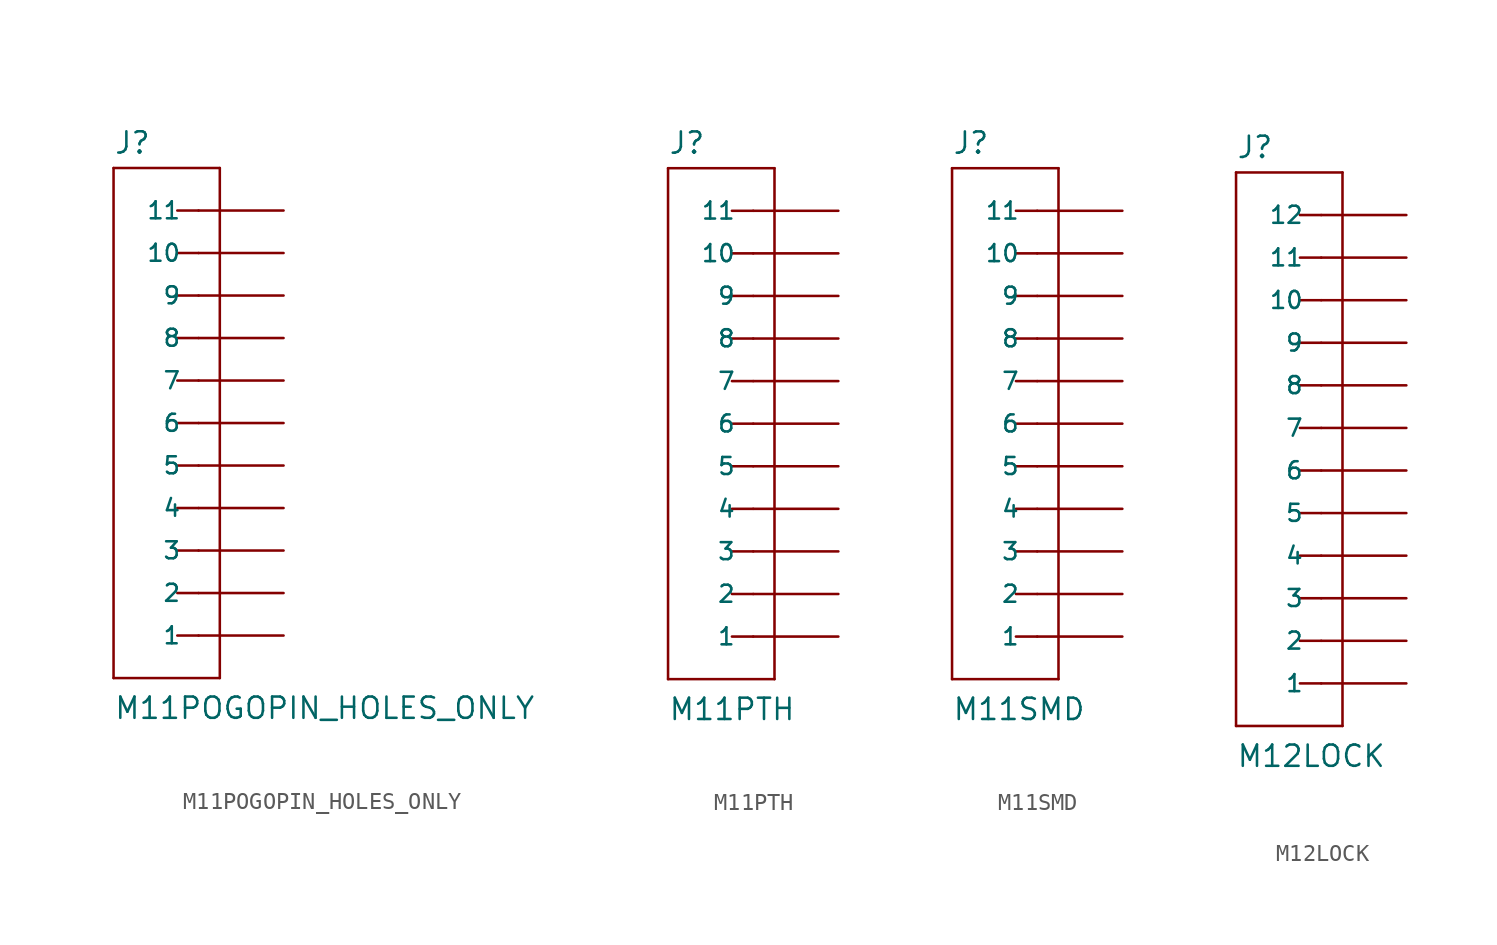
<source format=kicad_sym>
(kicad_symbol_lib
  (version 20211014)
  (generator kicad_symbol_editor)
  (symbol "M11POGOPIN_HOLES_ONLY"
    (pin_numbers hide)
    (pin_names
      (offset 1.016))
    (property "Reference" "J"
      (at 0 16.002 0)
      (effects (font (size 1.27 1.27)) (justify left bottom)))
    (property "Value" "M11POGOPIN_HOLES_ONLY"
      (at 0 -17.78 0)
      (effects (font (size 1.27 1.27)) (justify left bottom)))
    (property "Datasheet" ""
      (at 0 0 0)
      (effects (font (size 1.524 1.524))))
    (property "ki_locked" ""
      (at 0 0 0)
      (effects (font (size 1.27 1.27))))
    (symbol "M11POGOPIN_HOLES_ONLY_1_0"
      (polyline (pts (xy 0 15.24) (xy 0 -15.24)) (stroke (width 0) (type default) (color 0 0 0 0)) (fill (type none)))
      (polyline (pts (xy 0 15.24) (xy 6.35 15.24)) (stroke (width 0) (type default) (color 0 0 0 0)) (fill (type none)))
      (polyline (pts (xy 3.81 -12.7) (xy 5.08 -12.7)) (stroke (width 0) (type default) (color 0 0 0 0)) (fill (type none)))
      (polyline (pts (xy 3.81 -10.16) (xy 5.08 -10.16)) (stroke (width 0) (type default) (color 0 0 0 0)) (fill (type none)))
      (polyline (pts (xy 3.81 -7.62) (xy 5.08 -7.62)) (stroke (width 0) (type default) (color 0 0 0 0)) (fill (type none)))
      (polyline (pts (xy 3.81 -5.08) (xy 5.08 -5.08)) (stroke (width 0) (type default) (color 0 0 0 0)) (fill (type none)))
      (polyline (pts (xy 3.81 -2.54) (xy 5.08 -2.54)) (stroke (width 0) (type default) (color 0 0 0 0)) (fill (type none)))
      (polyline (pts (xy 3.81 0) (xy 5.08 0)) (stroke (width 0) (type default) (color 0 0 0 0)) (fill (type none)))
      (polyline (pts (xy 3.81 2.54) (xy 5.08 2.54)) (stroke (width 0) (type default) (color 0 0 0 0)) (fill (type none)))
      (polyline (pts (xy 3.81 5.08) (xy 5.08 5.08)) (stroke (width 0) (type default) (color 0 0 0 0)) (fill (type none)))
      (polyline (pts (xy 3.81 7.62) (xy 5.08 7.62)) (stroke (width 0) (type default) (color 0 0 0 0)) (fill (type none)))
      (polyline (pts (xy 3.81 10.16) (xy 5.08 10.16)) (stroke (width 0) (type default) (color 0 0 0 0)) (fill (type none)))
      (polyline (pts (xy 3.81 12.7) (xy 5.08 12.7)) (stroke (width 0) (type default) (color 0 0 0 0)) (fill (type none)))
      (polyline (pts (xy 6.35 -15.24) (xy 0 -15.24)) (stroke (width 0) (type default) (color 0 0 0 0)) (fill (type none)))
      (polyline (pts (xy 6.35 -15.24) (xy 6.35 15.24)) (stroke (width 0) (type default) (color 0 0 0 0)) (fill (type none))))
    (symbol "M11POGOPIN_HOLES_ONLY_1_1"
      (pin passive line (at 10.16 -12.7 180) (length 5.08) (name "1" (effects (font (size 1.016 1.016)))) (number "1" (effects (font (size 1.016 1.016)))))
      (pin passive line (at 10.16 10.16 180) (length 5.08) (name "10" (effects (font (size 1.016 1.016)))) (number "10" (effects (font (size 1.016 1.016)))))
      (pin passive line (at 10.16 12.7 180) (length 5.08) (name "11" (effects (font (size 1.016 1.016)))) (number "11" (effects (font (size 1.016 1.016)))))
      (pin passive line (at 10.16 -10.16 180) (length 5.08) (name "2" (effects (font (size 1.016 1.016)))) (number "2" (effects (font (size 1.016 1.016)))))
      (pin passive line (at 10.16 -7.62 180) (length 5.08) (name "3" (effects (font (size 1.016 1.016)))) (number "3" (effects (font (size 1.016 1.016)))))
      (pin passive line (at 10.16 -5.08 180) (length 5.08) (name "4" (effects (font (size 1.016 1.016)))) (number "4" (effects (font (size 1.016 1.016)))))
      (pin passive line (at 10.16 -2.54 180) (length 5.08) (name "5" (effects (font (size 1.016 1.016)))) (number "5" (effects (font (size 1.016 1.016)))))
      (pin passive line (at 10.16 0 180) (length 5.08) (name "6" (effects (font (size 1.016 1.016)))) (number "6" (effects (font (size 1.016 1.016)))))
      (pin passive line (at 10.16 2.54 180) (length 5.08) (name "7" (effects (font (size 1.016 1.016)))) (number "7" (effects (font (size 1.016 1.016)))))
      (pin passive line (at 10.16 5.08 180) (length 5.08) (name "8" (effects (font (size 1.016 1.016)))) (number "8" (effects (font (size 1.016 1.016)))))
      (pin passive line (at 10.16 7.62 180) (length 5.08) (name "9" (effects (font (size 1.016 1.016)))) (number "9" (effects (font (size 1.016 1.016)))))))
  (symbol "M11PTH"
    (pin_numbers hide)
    (pin_names
      (offset 1.016))
    (property "Reference" "J"
      (at 0 16.002 0)
      (effects (font (size 1.27 1.27)) (justify left bottom)))
    (property "Value" "M11PTH"
      (at 0 -17.78 0)
      (effects (font (size 1.27 1.27)) (justify left bottom)))
    (property "Datasheet" ""
      (at 0 0 0)
      (effects (font (size 1.524 1.524))))
    (property "ki_locked" ""
      (at 0 0 0)
      (effects (font (size 1.27 1.27))))
    (symbol "M11PTH_1_0"
      (polyline (pts (xy 0 15.24) (xy 0 -15.24)) (stroke (width 0) (type default) (color 0 0 0 0)) (fill (type none)))
      (polyline (pts (xy 0 15.24) (xy 6.35 15.24)) (stroke (width 0) (type default) (color 0 0 0 0)) (fill (type none)))
      (polyline (pts (xy 3.81 -12.7) (xy 5.08 -12.7)) (stroke (width 0) (type default) (color 0 0 0 0)) (fill (type none)))
      (polyline (pts (xy 3.81 -10.16) (xy 5.08 -10.16)) (stroke (width 0) (type default) (color 0 0 0 0)) (fill (type none)))
      (polyline (pts (xy 3.81 -7.62) (xy 5.08 -7.62)) (stroke (width 0) (type default) (color 0 0 0 0)) (fill (type none)))
      (polyline (pts (xy 3.81 -5.08) (xy 5.08 -5.08)) (stroke (width 0) (type default) (color 0 0 0 0)) (fill (type none)))
      (polyline (pts (xy 3.81 -2.54) (xy 5.08 -2.54)) (stroke (width 0) (type default) (color 0 0 0 0)) (fill (type none)))
      (polyline (pts (xy 3.81 0) (xy 5.08 0)) (stroke (width 0) (type default) (color 0 0 0 0)) (fill (type none)))
      (polyline (pts (xy 3.81 2.54) (xy 5.08 2.54)) (stroke (width 0) (type default) (color 0 0 0 0)) (fill (type none)))
      (polyline (pts (xy 3.81 5.08) (xy 5.08 5.08)) (stroke (width 0) (type default) (color 0 0 0 0)) (fill (type none)))
      (polyline (pts (xy 3.81 7.62) (xy 5.08 7.62)) (stroke (width 0) (type default) (color 0 0 0 0)) (fill (type none)))
      (polyline (pts (xy 3.81 10.16) (xy 5.08 10.16)) (stroke (width 0) (type default) (color 0 0 0 0)) (fill (type none)))
      (polyline (pts (xy 3.81 12.7) (xy 5.08 12.7)) (stroke (width 0) (type default) (color 0 0 0 0)) (fill (type none)))
      (polyline (pts (xy 6.35 -15.24) (xy 0 -15.24)) (stroke (width 0) (type default) (color 0 0 0 0)) (fill (type none)))
      (polyline (pts (xy 6.35 -15.24) (xy 6.35 15.24)) (stroke (width 0) (type default) (color 0 0 0 0)) (fill (type none))))
    (symbol "M11PTH_1_1"
      (pin passive line (at 10.16 -12.7 180) (length 5.08) (name "1" (effects (font (size 1.016 1.016)))) (number "1" (effects (font (size 1.016 1.016)))))
      (pin passive line (at 10.16 10.16 180) (length 5.08) (name "10" (effects (font (size 1.016 1.016)))) (number "10" (effects (font (size 1.016 1.016)))))
      (pin passive line (at 10.16 12.7 180) (length 5.08) (name "11" (effects (font (size 1.016 1.016)))) (number "11" (effects (font (size 1.016 1.016)))))
      (pin passive line (at 10.16 -10.16 180) (length 5.08) (name "2" (effects (font (size 1.016 1.016)))) (number "2" (effects (font (size 1.016 1.016)))))
      (pin passive line (at 10.16 -7.62 180) (length 5.08) (name "3" (effects (font (size 1.016 1.016)))) (number "3" (effects (font (size 1.016 1.016)))))
      (pin passive line (at 10.16 -5.08 180) (length 5.08) (name "4" (effects (font (size 1.016 1.016)))) (number "4" (effects (font (size 1.016 1.016)))))
      (pin passive line (at 10.16 -2.54 180) (length 5.08) (name "5" (effects (font (size 1.016 1.016)))) (number "5" (effects (font (size 1.016 1.016)))))
      (pin passive line (at 10.16 0 180) (length 5.08) (name "6" (effects (font (size 1.016 1.016)))) (number "6" (effects (font (size 1.016 1.016)))))
      (pin passive line (at 10.16 2.54 180) (length 5.08) (name "7" (effects (font (size 1.016 1.016)))) (number "7" (effects (font (size 1.016 1.016)))))
      (pin passive line (at 10.16 5.08 180) (length 5.08) (name "8" (effects (font (size 1.016 1.016)))) (number "8" (effects (font (size 1.016 1.016)))))
      (pin passive line (at 10.16 7.62 180) (length 5.08) (name "9" (effects (font (size 1.016 1.016)))) (number "9" (effects (font (size 1.016 1.016)))))))
  (symbol "M11SMD"
    (pin_numbers hide)
    (pin_names
      (offset 1.016))
    (property "Reference" "J"
      (at 0 16.002 0)
      (effects (font (size 1.27 1.27)) (justify left bottom)))
    (property "Value" "M11SMD"
      (at 0 -17.78 0)
      (effects (font (size 1.27 1.27)) (justify left bottom)))
    (property "Datasheet" ""
      (at 0 0 0)
      (effects (font (size 1.524 1.524))))
    (property "ki_locked" ""
      (at 0 0 0)
      (effects (font (size 1.27 1.27))))
    (symbol "M11SMD_1_0"
      (polyline (pts (xy 0 15.24) (xy 0 -15.24)) (stroke (width 0) (type default) (color 0 0 0 0)) (fill (type none)))
      (polyline (pts (xy 0 15.24) (xy 6.35 15.24)) (stroke (width 0) (type default) (color 0 0 0 0)) (fill (type none)))
      (polyline (pts (xy 3.81 -12.7) (xy 5.08 -12.7)) (stroke (width 0) (type default) (color 0 0 0 0)) (fill (type none)))
      (polyline (pts (xy 3.81 -10.16) (xy 5.08 -10.16)) (stroke (width 0) (type default) (color 0 0 0 0)) (fill (type none)))
      (polyline (pts (xy 3.81 -7.62) (xy 5.08 -7.62)) (stroke (width 0) (type default) (color 0 0 0 0)) (fill (type none)))
      (polyline (pts (xy 3.81 -5.08) (xy 5.08 -5.08)) (stroke (width 0) (type default) (color 0 0 0 0)) (fill (type none)))
      (polyline (pts (xy 3.81 -2.54) (xy 5.08 -2.54)) (stroke (width 0) (type default) (color 0 0 0 0)) (fill (type none)))
      (polyline (pts (xy 3.81 0) (xy 5.08 0)) (stroke (width 0) (type default) (color 0 0 0 0)) (fill (type none)))
      (polyline (pts (xy 3.81 2.54) (xy 5.08 2.54)) (stroke (width 0) (type default) (color 0 0 0 0)) (fill (type none)))
      (polyline (pts (xy 3.81 5.08) (xy 5.08 5.08)) (stroke (width 0) (type default) (color 0 0 0 0)) (fill (type none)))
      (polyline (pts (xy 3.81 7.62) (xy 5.08 7.62)) (stroke (width 0) (type default) (color 0 0 0 0)) (fill (type none)))
      (polyline (pts (xy 3.81 10.16) (xy 5.08 10.16)) (stroke (width 0) (type default) (color 0 0 0 0)) (fill (type none)))
      (polyline (pts (xy 3.81 12.7) (xy 5.08 12.7)) (stroke (width 0) (type default) (color 0 0 0 0)) (fill (type none)))
      (polyline (pts (xy 6.35 -15.24) (xy 0 -15.24)) (stroke (width 0) (type default) (color 0 0 0 0)) (fill (type none)))
      (polyline (pts (xy 6.35 -15.24) (xy 6.35 15.24)) (stroke (width 0) (type default) (color 0 0 0 0)) (fill (type none))))
    (symbol "M11SMD_1_1"
      (pin passive line (at 10.16 -12.7 180) (length 5.08) (name "1" (effects (font (size 1.016 1.016)))) (number "1" (effects (font (size 1.016 1.016)))))
      (pin passive line (at 10.16 10.16 180) (length 5.08) (name "10" (effects (font (size 1.016 1.016)))) (number "10" (effects (font (size 1.016 1.016)))))
      (pin passive line (at 10.16 12.7 180) (length 5.08) (name "11" (effects (font (size 1.016 1.016)))) (number "11" (effects (font (size 1.016 1.016)))))
      (pin passive line (at 10.16 -10.16 180) (length 5.08) (name "2" (effects (font (size 1.016 1.016)))) (number "2" (effects (font (size 1.016 1.016)))))
      (pin passive line (at 10.16 -7.62 180) (length 5.08) (name "3" (effects (font (size 1.016 1.016)))) (number "3" (effects (font (size 1.016 1.016)))))
      (pin passive line (at 10.16 -5.08 180) (length 5.08) (name "4" (effects (font (size 1.016 1.016)))) (number "4" (effects (font (size 1.016 1.016)))))
      (pin passive line (at 10.16 -2.54 180) (length 5.08) (name "5" (effects (font (size 1.016 1.016)))) (number "5" (effects (font (size 1.016 1.016)))))
      (pin passive line (at 10.16 0 180) (length 5.08) (name "6" (effects (font (size 1.016 1.016)))) (number "6" (effects (font (size 1.016 1.016)))))
      (pin passive line (at 10.16 2.54 180) (length 5.08) (name "7" (effects (font (size 1.016 1.016)))) (number "7" (effects (font (size 1.016 1.016)))))
      (pin passive line (at 10.16 5.08 180) (length 5.08) (name "8" (effects (font (size 1.016 1.016)))) (number "8" (effects (font (size 1.016 1.016)))))
      (pin passive line (at 10.16 7.62 180) (length 5.08) (name "9" (effects (font (size 1.016 1.016)))) (number "9" (effects (font (size 1.016 1.016)))))))
  (symbol "M12LOCK"
    (pin_numbers hide)
    (pin_names
      (offset 1.016))
    (property "Reference" "J"
      (at 0 16.002 0)
      (effects (font (size 1.27 1.27)) (justify left bottom)))
    (property "Value" "M12LOCK"
      (at 0 -20.32 0)
      (effects (font (size 1.27 1.27)) (justify left bottom)))
    (property "Datasheet" ""
      (at 0 0 0)
      (effects (font (size 1.524 1.524))))
    (property "ki_locked" ""
      (at 0 0 0)
      (effects (font (size 1.27 1.27))))
    (symbol "M12LOCK_1_0"
      (polyline (pts (xy 0 15.24) (xy 0 -17.78)) (stroke (width 0) (type default) (color 0 0 0 0)) (fill (type none)))
      (polyline (pts (xy 0 15.24) (xy 6.35 15.24)) (stroke (width 0) (type default) (color 0 0 0 0)) (fill (type none)))
      (polyline (pts (xy 3.81 -15.24) (xy 5.08 -15.24)) (stroke (width 0) (type default) (color 0 0 0 0)) (fill (type none)))
      (polyline (pts (xy 3.81 -12.7) (xy 5.08 -12.7)) (stroke (width 0) (type default) (color 0 0 0 0)) (fill (type none)))
      (polyline (pts (xy 3.81 -10.16) (xy 5.08 -10.16)) (stroke (width 0) (type default) (color 0 0 0 0)) (fill (type none)))
      (polyline (pts (xy 3.81 -7.62) (xy 5.08 -7.62)) (stroke (width 0) (type default) (color 0 0 0 0)) (fill (type none)))
      (polyline (pts (xy 3.81 -5.08) (xy 5.08 -5.08)) (stroke (width 0) (type default) (color 0 0 0 0)) (fill (type none)))
      (polyline (pts (xy 3.81 -2.54) (xy 5.08 -2.54)) (stroke (width 0) (type default) (color 0 0 0 0)) (fill (type none)))
      (polyline (pts (xy 3.81 0) (xy 5.08 0)) (stroke (width 0) (type default) (color 0 0 0 0)) (fill (type none)))
      (polyline (pts (xy 3.81 2.54) (xy 5.08 2.54)) (stroke (width 0) (type default) (color 0 0 0 0)) (fill (type none)))
      (polyline (pts (xy 3.81 5.08) (xy 5.08 5.08)) (stroke (width 0) (type default) (color 0 0 0 0)) (fill (type none)))
      (polyline (pts (xy 3.81 7.62) (xy 5.08 7.62)) (stroke (width 0) (type default) (color 0 0 0 0)) (fill (type none)))
      (polyline (pts (xy 3.81 10.16) (xy 5.08 10.16)) (stroke (width 0) (type default) (color 0 0 0 0)) (fill (type none)))
      (polyline (pts (xy 3.81 12.7) (xy 5.08 12.7)) (stroke (width 0) (type default) (color 0 0 0 0)) (fill (type none)))
      (polyline (pts (xy 6.35 -17.78) (xy 0 -17.78)) (stroke (width 0) (type default) (color 0 0 0 0)) (fill (type none)))
      (polyline (pts (xy 6.35 -17.78) (xy 6.35 15.24)) (stroke (width 0) (type default) (color 0 0 0 0)) (fill (type none))))
    (symbol "M12LOCK_1_1"
      (pin passive line (at 10.16 -15.24 180) (length 5.08) (name "1" (effects (font (size 1.016 1.016)))) (number "1" (effects (font (size 1.016 1.016)))))
      (pin passive line (at 10.16 7.62 180) (length 5.08) (name "10" (effects (font (size 1.016 1.016)))) (number "10" (effects (font (size 1.016 1.016)))))
      (pin passive line (at 10.16 10.16 180) (length 5.08) (name "11" (effects (font (size 1.016 1.016)))) (number "11" (effects (font (size 1.016 1.016)))))
      (pin passive line (at 10.16 12.7 180) (length 5.08) (name "12" (effects (font (size 1.016 1.016)))) (number "12" (effects (font (size 1.016 1.016)))))
      (pin passive line (at 10.16 -12.7 180) (length 5.08) (name "2" (effects (font (size 1.016 1.016)))) (number "2" (effects (font (size 1.016 1.016)))))
      (pin passive line (at 10.16 -10.16 180) (length 5.08) (name "3" (effects (font (size 1.016 1.016)))) (number "3" (effects (font (size 1.016 1.016)))))
      (pin passive line (at 10.16 -7.62 180) (length 5.08) (name "4" (effects (font (size 1.016 1.016)))) (number "4" (effects (font (size 1.016 1.016)))))
      (pin passive line (at 10.16 -5.08 180) (length 5.08) (name "5" (effects (font (size 1.016 1.016)))) (number "5" (effects (font (size 1.016 1.016)))))
      (pin passive line (at 10.16 -2.54 180) (length 5.08) (name "6" (effects (font (size 1.016 1.016)))) (number "6" (effects (font (size 1.016 1.016)))))
      (pin passive line (at 10.16 0 180) (length 5.08) (name "7" (effects (font (size 1.016 1.016)))) (number "7" (effects (font (size 1.016 1.016)))))
      (pin passive line (at 10.16 2.54 180) (length 5.08) (name "8" (effects (font (size 1.016 1.016)))) (number "8" (effects (font (size 1.016 1.016)))))
      (pin passive line (at 10.16 5.08 180) (length 5.08) (name "9" (effects (font (size 1.016 1.016)))) (number "9" (effects (font (size 1.016 1.016))))))))
</source>
